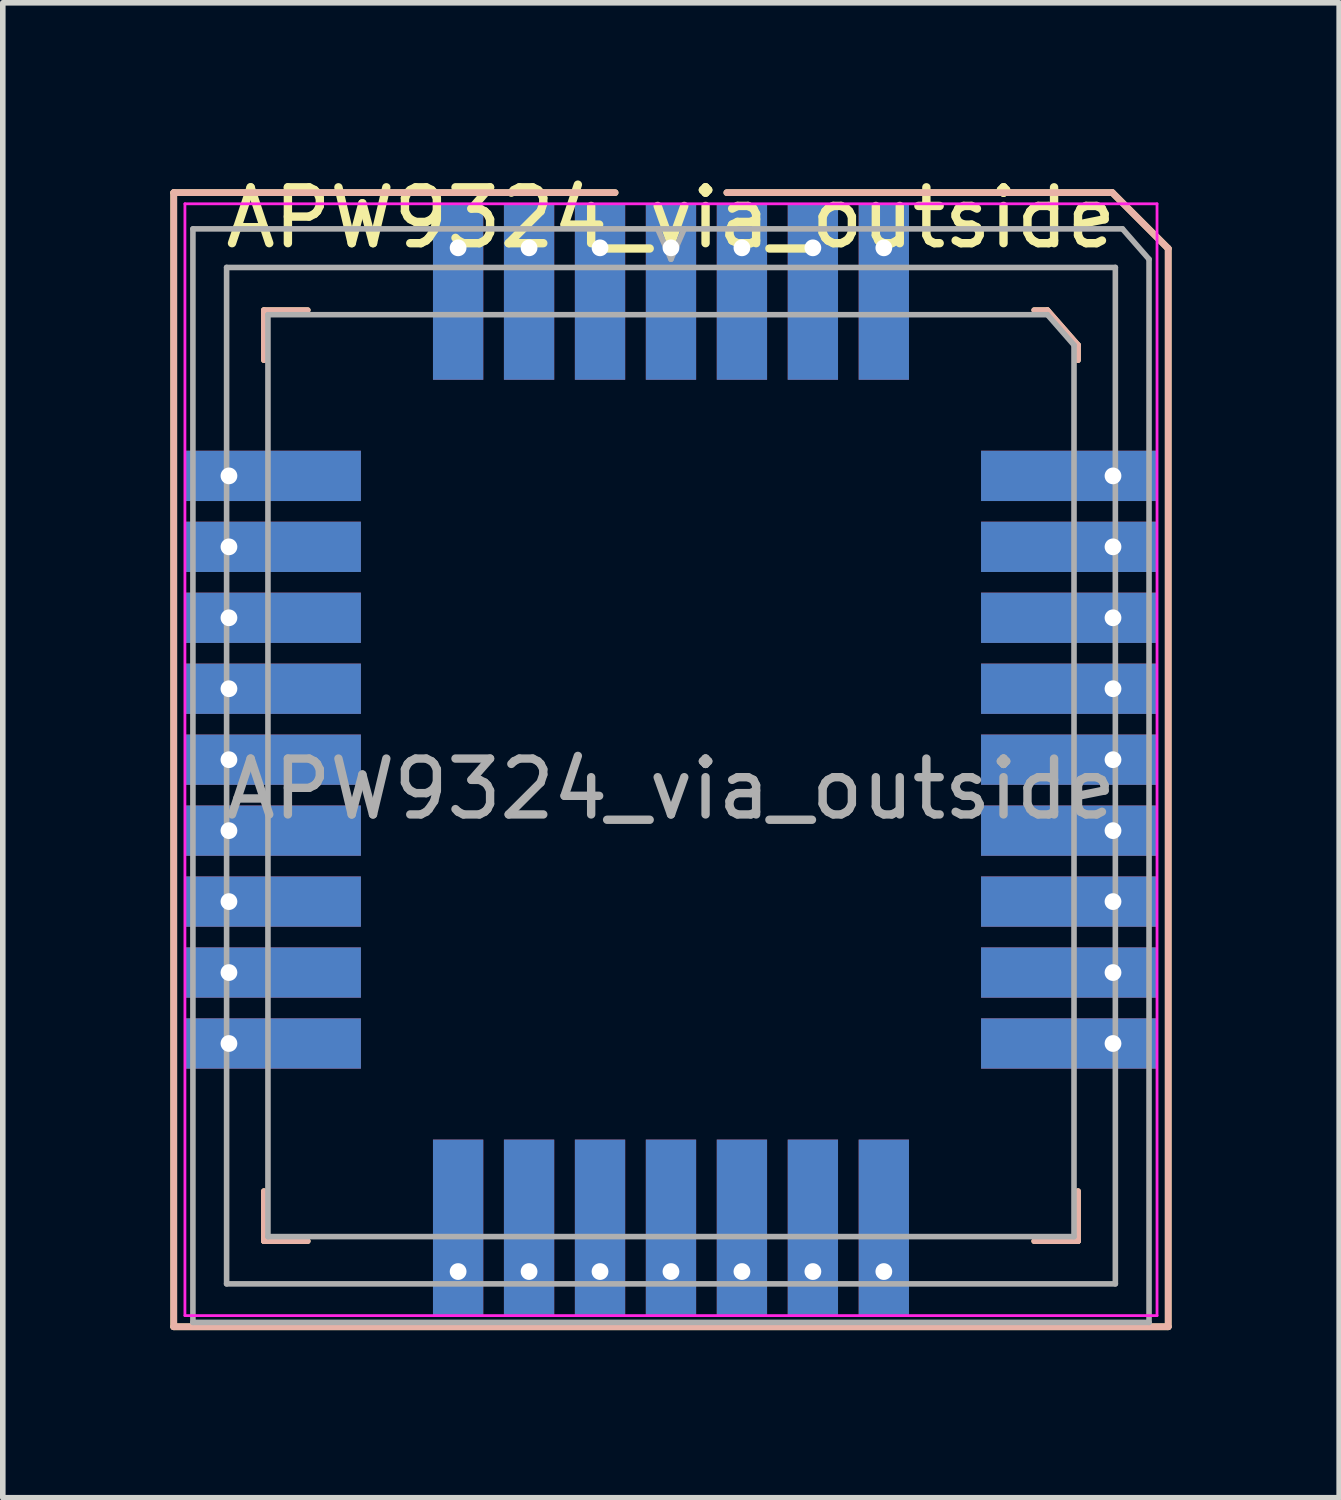
<source format=kicad_pcb>
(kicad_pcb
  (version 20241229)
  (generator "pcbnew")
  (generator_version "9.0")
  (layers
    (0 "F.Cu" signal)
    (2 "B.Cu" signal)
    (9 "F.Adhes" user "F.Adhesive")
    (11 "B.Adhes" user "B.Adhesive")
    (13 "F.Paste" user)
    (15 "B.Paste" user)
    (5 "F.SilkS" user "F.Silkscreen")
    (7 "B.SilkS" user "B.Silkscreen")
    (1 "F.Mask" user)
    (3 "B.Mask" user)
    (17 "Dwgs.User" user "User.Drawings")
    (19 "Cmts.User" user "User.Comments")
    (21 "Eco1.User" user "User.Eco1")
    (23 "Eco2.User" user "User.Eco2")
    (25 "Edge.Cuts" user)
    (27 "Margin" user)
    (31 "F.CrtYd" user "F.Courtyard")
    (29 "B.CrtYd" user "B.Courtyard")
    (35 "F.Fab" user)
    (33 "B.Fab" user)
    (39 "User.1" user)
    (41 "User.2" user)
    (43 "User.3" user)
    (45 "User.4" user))
  (footprint "APW9324_via_outside"
    (layer "F.Cu")
    (at 8.96 10.548)
    (property "Reference" "APW9324_via_outside" (at 0 -9.7 180) (layer "F.SilkS") (effects (font (size 1 1) (thickness 0.15))))
    (attr smd)
    (fp_line (start -8.9 -10.15) (end -1 -10.15) (stroke (width 0.12) (type solid)) (layer "F.SilkS"))
    (fp_line (start -8.9 10.15) (end -8.9 -10.15) (stroke (width 0.12) (type solid)) (layer "F.SilkS"))
    (fp_line (start -7.286 -8.047) (end -7.286 -7.15) (stroke (width 0.1) (type solid)) (layer "F.SilkS"))
    (fp_line (start -7.286 8.618) (end -7.286 7.721) (stroke (width 0.1) (type solid)) (layer "F.SilkS"))
    (fp_line (start -6.501 -8.047) (end -7.286 -8.047) (stroke (width 0.1) (type solid)) (layer "F.SilkS"))
    (fp_line (start -6.501 8.618) (end -7.286 8.618) (stroke (width 0.1) (type solid)) (layer "F.SilkS"))
    (fp_line (start 1 -10.15) (end 7.9 -10.15) (stroke (width 0.12) (type solid)) (layer "F.SilkS"))
    (fp_line (start 6.501 -8.047) (end 6.739 -8.047) (stroke (width 0.1) (type solid)) (layer "F.SilkS"))
    (fp_line (start 6.501 8.618) (end 7.286 8.618) (stroke (width 0.1) (type solid)) (layer "F.SilkS"))
    (fp_line (start 6.739 -8.047) (end 7.286 -7.422) (stroke (width 0.1) (type solid)) (layer "F.SilkS"))
    (fp_line (start 7.286 -7.422) (end 7.286 -7.15) (stroke (width 0.1) (type solid)) (layer "F.SilkS"))
    (fp_line (start 7.286 8.618) (end 7.286 7.721) (stroke (width 0.1) (type solid)) (layer "F.SilkS"))
    (fp_line (start 7.9 -10.15) (end 8.9 -9.15) (stroke (width 0.12) (type solid)) (layer "F.SilkS"))
    (fp_line (start 8.9 -9.15) (end 8.9 10.15) (stroke (width 0.12) (type solid)) (layer "F.SilkS"))
    (fp_line (start 8.9 10.15) (end -8.9 10.15) (stroke (width 0.12) (type solid)) (layer "F.SilkS"))
    (fp_line (start -8.9 -10.15) (end -1 -10.15) (stroke (width 0.12) (type solid)) (layer "B.SilkS"))
    (fp_line (start -8.9 10.15) (end -8.9 -10.15) (stroke (width 0.12) (type solid)) (layer "B.SilkS"))
    (fp_line (start -7.286 -8.047) (end -7.286 -7.15) (stroke (width 0.1) (type solid)) (layer "B.SilkS"))
    (fp_line (start -7.286 8.618) (end -7.286 7.721) (stroke (width 0.1) (type solid)) (layer "B.SilkS"))
    (fp_line (start -6.501 -8.047) (end -7.286 -8.047) (stroke (width 0.1) (type solid)) (layer "B.SilkS"))
    (fp_line (start -6.501 8.618) (end -7.286 8.618) (stroke (width 0.1) (type solid)) (layer "B.SilkS"))
    (fp_line (start 1 -10.15) (end 7.9 -10.15) (stroke (width 0.12) (type solid)) (layer "B.SilkS"))
    (fp_line (start 6.501 -8.047) (end 6.739 -8.047) (stroke (width 0.1) (type solid)) (layer "B.SilkS"))
    (fp_line (start 6.501 8.618) (end 7.286 8.618) (stroke (width 0.1) (type solid)) (layer "B.SilkS"))
    (fp_line (start 6.739 -8.047) (end 7.286 -7.422) (stroke (width 0.1) (type solid)) (layer "B.SilkS"))
    (fp_line (start 7.286 -7.422) (end 7.286 -7.15) (stroke (width 0.1) (type solid)) (layer "B.SilkS"))
    (fp_line (start 7.286 8.618) (end 7.286 7.721) (stroke (width 0.1) (type solid)) (layer "B.SilkS"))
    (fp_line (start 7.9 -10.15) (end 8.9 -9.15) (stroke (width 0.12) (type solid)) (layer "B.SilkS"))
    (fp_line (start 8.9 -9.15) (end 8.9 10.15) (stroke (width 0.12) (type solid)) (layer "B.SilkS"))
    (fp_line (start 8.9 10.15) (end -8.9 10.15) (stroke (width 0.12) (type solid)) (layer "B.SilkS"))
    (fp_line (start -8.7 -9.95) (end 8.7 -9.95) (stroke (width 0.05) (type solid)) (layer "F.CrtYd"))
    (fp_line (start -8.7 9.95) (end -8.7 -9.95) (stroke (width 0.05) (type solid)) (layer "F.CrtYd"))
    (fp_line (start 8.7 -9.95) (end 8.7 9.95) (stroke (width 0.05) (type solid)) (layer "F.CrtYd"))
    (fp_line (start 8.7 9.95) (end -8.7 9.95) (stroke (width 0.05) (type solid)) (layer "F.CrtYd"))
    (fp_line (start -8.557 -9.501) (end 8.082 -9.501) (stroke (width 0.1) (type solid)) (layer "F.Fab"))
    (fp_line (start -8.557 10.072) (end -8.557 -9.501) (stroke (width 0.1) (type solid)) (layer "F.Fab"))
    (fp_line (start -7.954 -8.811) (end 7.954 -8.811) (stroke (width 0.1) (type solid)) (layer "F.Fab"))
    (fp_line (start -7.954 9.382) (end -7.954 -8.811) (stroke (width 0.1) (type solid)) (layer "F.Fab"))
    (fp_line (start -7.214 -7.965) (end 6.739 -7.965) (stroke (width 0.1) (type solid)) (layer "F.Fab"))
    (fp_line (start -7.214 8.536) (end -7.214 -7.965) (stroke (width 0.1) (type solid)) (layer "F.Fab"))
    (fp_line (start 0 -8.958) (end -0.238 -9.501) (stroke (width 0.1) (type solid)) (layer "F.Fab"))
    (fp_line (start 0.238 -9.501) (end 0 -8.958) (stroke (width 0.1) (type solid)) (layer "F.Fab"))
    (fp_line (start 6.739 -7.965) (end 7.214 -7.422) (stroke (width 0.1) (type solid)) (layer "F.Fab"))
    (fp_line (start 7.214 -7.422) (end 7.214 8.536) (stroke (width 0.1) (type solid)) (layer "F.Fab"))
    (fp_line (start 7.214 8.536) (end -7.214 8.536) (stroke (width 0.1) (type solid)) (layer "F.Fab"))
    (fp_line (start 7.954 -8.811) (end 7.954 9.382) (stroke (width 0.1) (type solid)) (layer "F.Fab"))
    (fp_line (start 7.954 9.382) (end -7.954 9.382) (stroke (width 0.1) (type solid)) (layer "F.Fab"))
    (fp_line (start 8.082 -9.501) (end 8.557 -8.958) (stroke (width 0.1) (type solid)) (layer "F.Fab"))
    (fp_line (start 8.557 -8.958) (end 8.557 10.072) (stroke (width 0.1) (type solid)) (layer "F.Fab"))
    (fp_line (start 8.557 10.072) (end -8.557 10.072) (stroke (width 0.1) (type solid)) (layer "F.Fab"))
    (fp_text user "${REFERENCE}" (at 0 0.525 180) (layer "F.Fab") (effects (font (size 1 1) (thickness 0.15))))
    (pad "1" thru_hole rect (at 0 -9.162) (size 0.9 3.15) (drill 0.3 (offset 0 0.787)) (layers "*.Cu" "*.Mask"))
    (pad "2" thru_hole rect (at 1.27 -9.162) (size 0.9 3.15) (drill 0.3 (offset 0 0.787)) (layers "*.Cu" "*.Mask"))
    (pad "3" thru_hole rect (at 2.54 -9.162) (size 0.9 3.15) (drill 0.3 (offset 0 0.787)) (layers "*.Cu" "*.Mask"))
    (pad "4" thru_hole rect (at 3.81 -9.162) (size 0.9 3.15) (drill 0.3 (offset 0 0.787)) (layers "*.Cu" "*.Mask"))
    (pad "5" thru_hole rect (at 7.912 -5.08) (size 3.15 0.9) (drill 0.3 (offset -0.787 0)) (layers "*.Cu" "*.Mask"))
    (pad "6" thru_hole rect (at 7.912 -3.81) (size 3.15 0.9) (drill 0.3 (offset -0.787 0)) (layers "*.Cu" "*.Mask"))
    (pad "7" thru_hole rect (at 7.912 -2.54) (size 3.15 0.9) (drill 0.3 (offset -0.787 0)) (layers "*.Cu" "*.Mask"))
    (pad "8" thru_hole rect (at 7.912 -1.27) (size 3.15 0.9) (drill 0.3 (offset -0.787 0)) (layers "*.Cu" "*.Mask"))
    (pad "9" thru_hole rect (at 7.912 0) (size 3.15 0.9) (drill 0.3 (offset -0.787 0)) (layers "*.Cu" "*.Mask"))
    (pad "10" thru_hole rect (at 7.912 1.27) (size 3.15 0.9) (drill 0.3 (offset -0.787 0)) (layers "*.Cu" "*.Mask"))
    (pad "11" thru_hole rect (at 7.912 2.54) (size 3.15 0.9) (drill 0.3 (offset -0.787 0)) (layers "*.Cu" "*.Mask"))
    (pad "12" thru_hole rect (at 7.912 3.81) (size 3.15 0.9) (drill 0.3 (offset -0.787 0)) (layers "*.Cu" "*.Mask"))
    (pad "13" thru_hole rect (at 7.912 5.08) (size 3.15 0.9) (drill 0.3 (offset -0.787 0)) (layers "*.Cu" "*.Mask"))
    (pad "14" thru_hole rect (at 3.81 9.162) (size 0.9 3.15) (drill 0.3 (offset 0 -0.787)) (layers "*.Cu" "*.Mask"))
    (pad "15" thru_hole rect (at 2.54 9.162) (size 0.9 3.15) (drill 0.3 (offset 0 -0.787)) (layers "*.Cu" "*.Mask"))
    (pad "16" thru_hole rect (at 1.27 9.162) (size 0.9 3.15) (drill 0.3 (offset 0 -0.787)) (layers "*.Cu" "*.Mask"))
    (pad "17" thru_hole rect (at 0 9.162) (size 0.9 3.15) (drill 0.3 (offset 0 -0.787)) (layers "*.Cu" "*.Mask"))
    (pad "18" thru_hole rect (at -1.27 9.162) (size 0.9 3.15) (drill 0.3 (offset 0 -0.787)) (layers "*.Cu" "*.Mask"))
    (pad "19" thru_hole rect (at -2.54 9.162) (size 0.9 3.15) (drill 0.3 (offset 0 -0.787)) (layers "*.Cu" "*.Mask"))
    (pad "20" thru_hole rect (at -3.81 9.162) (size 0.9 3.15) (drill 0.3 (offset 0 -0.787)) (layers "*.Cu" "*.Mask"))
    (pad "21" thru_hole rect (at -7.912 5.08) (size 3.15 0.9) (drill 0.3 (offset 0.787 0)) (layers "*.Cu" "*.Mask"))
    (pad "22" thru_hole rect (at -7.912 3.81) (size 3.15 0.9) (drill 0.3 (offset 0.787 0)) (layers "*.Cu" "*.Mask"))
    (pad "23" thru_hole rect (at -7.912 2.54) (size 3.15 0.9) (drill 0.3 (offset 0.787 0)) (layers "*.Cu" "*.Mask"))
    (pad "24" thru_hole rect (at -7.912 1.27) (size 3.15 0.9) (drill 0.3 (offset 0.787 0)) (layers "*.Cu" "*.Mask"))
    (pad "25" thru_hole rect (at -7.912 0) (size 3.15 0.9) (drill 0.3 (offset 0.787 0)) (layers "*.Cu" "*.Mask"))
    (pad "26" thru_hole rect (at -7.912 -1.27) (size 3.15 0.9) (drill 0.3 (offset 0.787 0)) (layers "*.Cu" "*.Mask"))
    (pad "27" thru_hole rect (at -7.912 -2.54) (size 3.15 0.9) (drill 0.3 (offset 0.787 0)) (layers "*.Cu" "*.Mask"))
    (pad "28" thru_hole rect (at -7.912 -3.81) (size 3.15 0.9) (drill 0.3 (offset 0.787 0)) (layers "*.Cu" "*.Mask"))
    (pad "29" thru_hole rect (at -7.912 -5.08) (size 3.15 0.9) (drill 0.3 (offset 0.787 0)) (layers "*.Cu" "*.Mask"))
    (pad "30" thru_hole rect (at -3.81 -9.162) (size 0.9 3.15) (drill 0.3 (offset 0 0.787)) (layers "*.Cu" "*.Mask"))
    (pad "31" thru_hole rect (at -2.54 -9.162) (size 0.9 3.15) (drill 0.3 (offset 0 0.787)) (layers "*.Cu" "*.Mask"))
    (pad "32" thru_hole rect (at -1.27 -9.162) (size 0.9 3.15) (drill 0.3 (offset 0 0.787)) (layers "*.Cu" "*.Mask")))
  (gr_rect
    (start -3 -3)
    (end 20.92 23.758)
    (stroke (width 0.1) (type default))
    (fill no)
    (layer "Edge.Cuts")))
</source>
